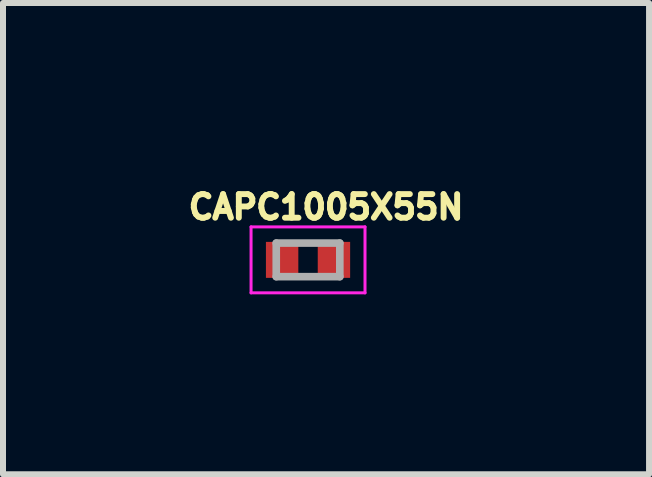
<source format=kicad_pcb>
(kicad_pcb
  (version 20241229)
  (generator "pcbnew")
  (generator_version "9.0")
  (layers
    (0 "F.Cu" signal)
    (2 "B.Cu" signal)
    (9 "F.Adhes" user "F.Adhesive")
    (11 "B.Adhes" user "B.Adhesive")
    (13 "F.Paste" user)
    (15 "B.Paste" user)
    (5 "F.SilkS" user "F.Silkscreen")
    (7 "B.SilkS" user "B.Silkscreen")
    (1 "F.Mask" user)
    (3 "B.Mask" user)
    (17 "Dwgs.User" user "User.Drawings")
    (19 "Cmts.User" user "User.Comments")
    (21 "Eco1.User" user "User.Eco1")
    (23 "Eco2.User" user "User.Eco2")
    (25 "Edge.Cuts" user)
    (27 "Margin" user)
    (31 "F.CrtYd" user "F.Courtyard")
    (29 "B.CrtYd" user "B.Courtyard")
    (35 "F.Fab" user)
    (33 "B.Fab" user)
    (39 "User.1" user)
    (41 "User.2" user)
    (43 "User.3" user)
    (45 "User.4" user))
  (footprint "CAPC1005X55N"
    (layer "F.Cu")
    (at 2.086 1.283)
    (property "Reference" "CAPC1005X55N" (at 0.3 -0.88 0) (layer "F.SilkS") (effects (font (size 0.394 0.394) (thickness 0.15))))
    (attr smd)
    (fp_line (start -0.95 -0.55) (end 0.95 -0.55) (stroke (width 0.05) (type solid)) (layer "F.CrtYd"))
    (fp_line (start -0.95 0.55) (end -0.95 -0.55) (stroke (width 0.05) (type solid)) (layer "F.CrtYd"))
    (fp_line (start -0.95 0.55) (end 0.95 0.55) (stroke (width 0.05) (type solid)) (layer "F.CrtYd"))
    (fp_line (start 0.95 0.55) (end 0.95 -0.55) (stroke (width 0.05) (type solid)) (layer "F.CrtYd"))
    (fp_line (start -0.53 0.28) (end -0.53 -0.28) (stroke (width 0.127) (type solid)) (layer "F.Fab"))
    (fp_line (start 0.53 -0.28) (end -0.53 -0.28) (stroke (width 0.127) (type solid)) (layer "F.Fab"))
    (fp_line (start 0.53 0.28) (end -0.53 0.28) (stroke (width 0.127) (type solid)) (layer "F.Fab"))
    (fp_line (start 0.53 0.28) (end 0.53 -0.28) (stroke (width 0.127) (type solid)) (layer "F.Fab"))
    (pad "1" smd rect (at -0.432 0) (size 0.54 0.6) (layers "F.Cu" "F.Mask" "F.Paste"))
    (pad "2" smd rect (at 0.432 0) (size 0.54 0.6) (layers "F.Cu" "F.Mask" "F.Paste")))
  (gr_rect
    (start -3 -3)
    (end 7.772 4.858)
    (stroke (width 0.1) (type default))
    (fill no)
    (layer "Edge.Cuts")))
</source>
